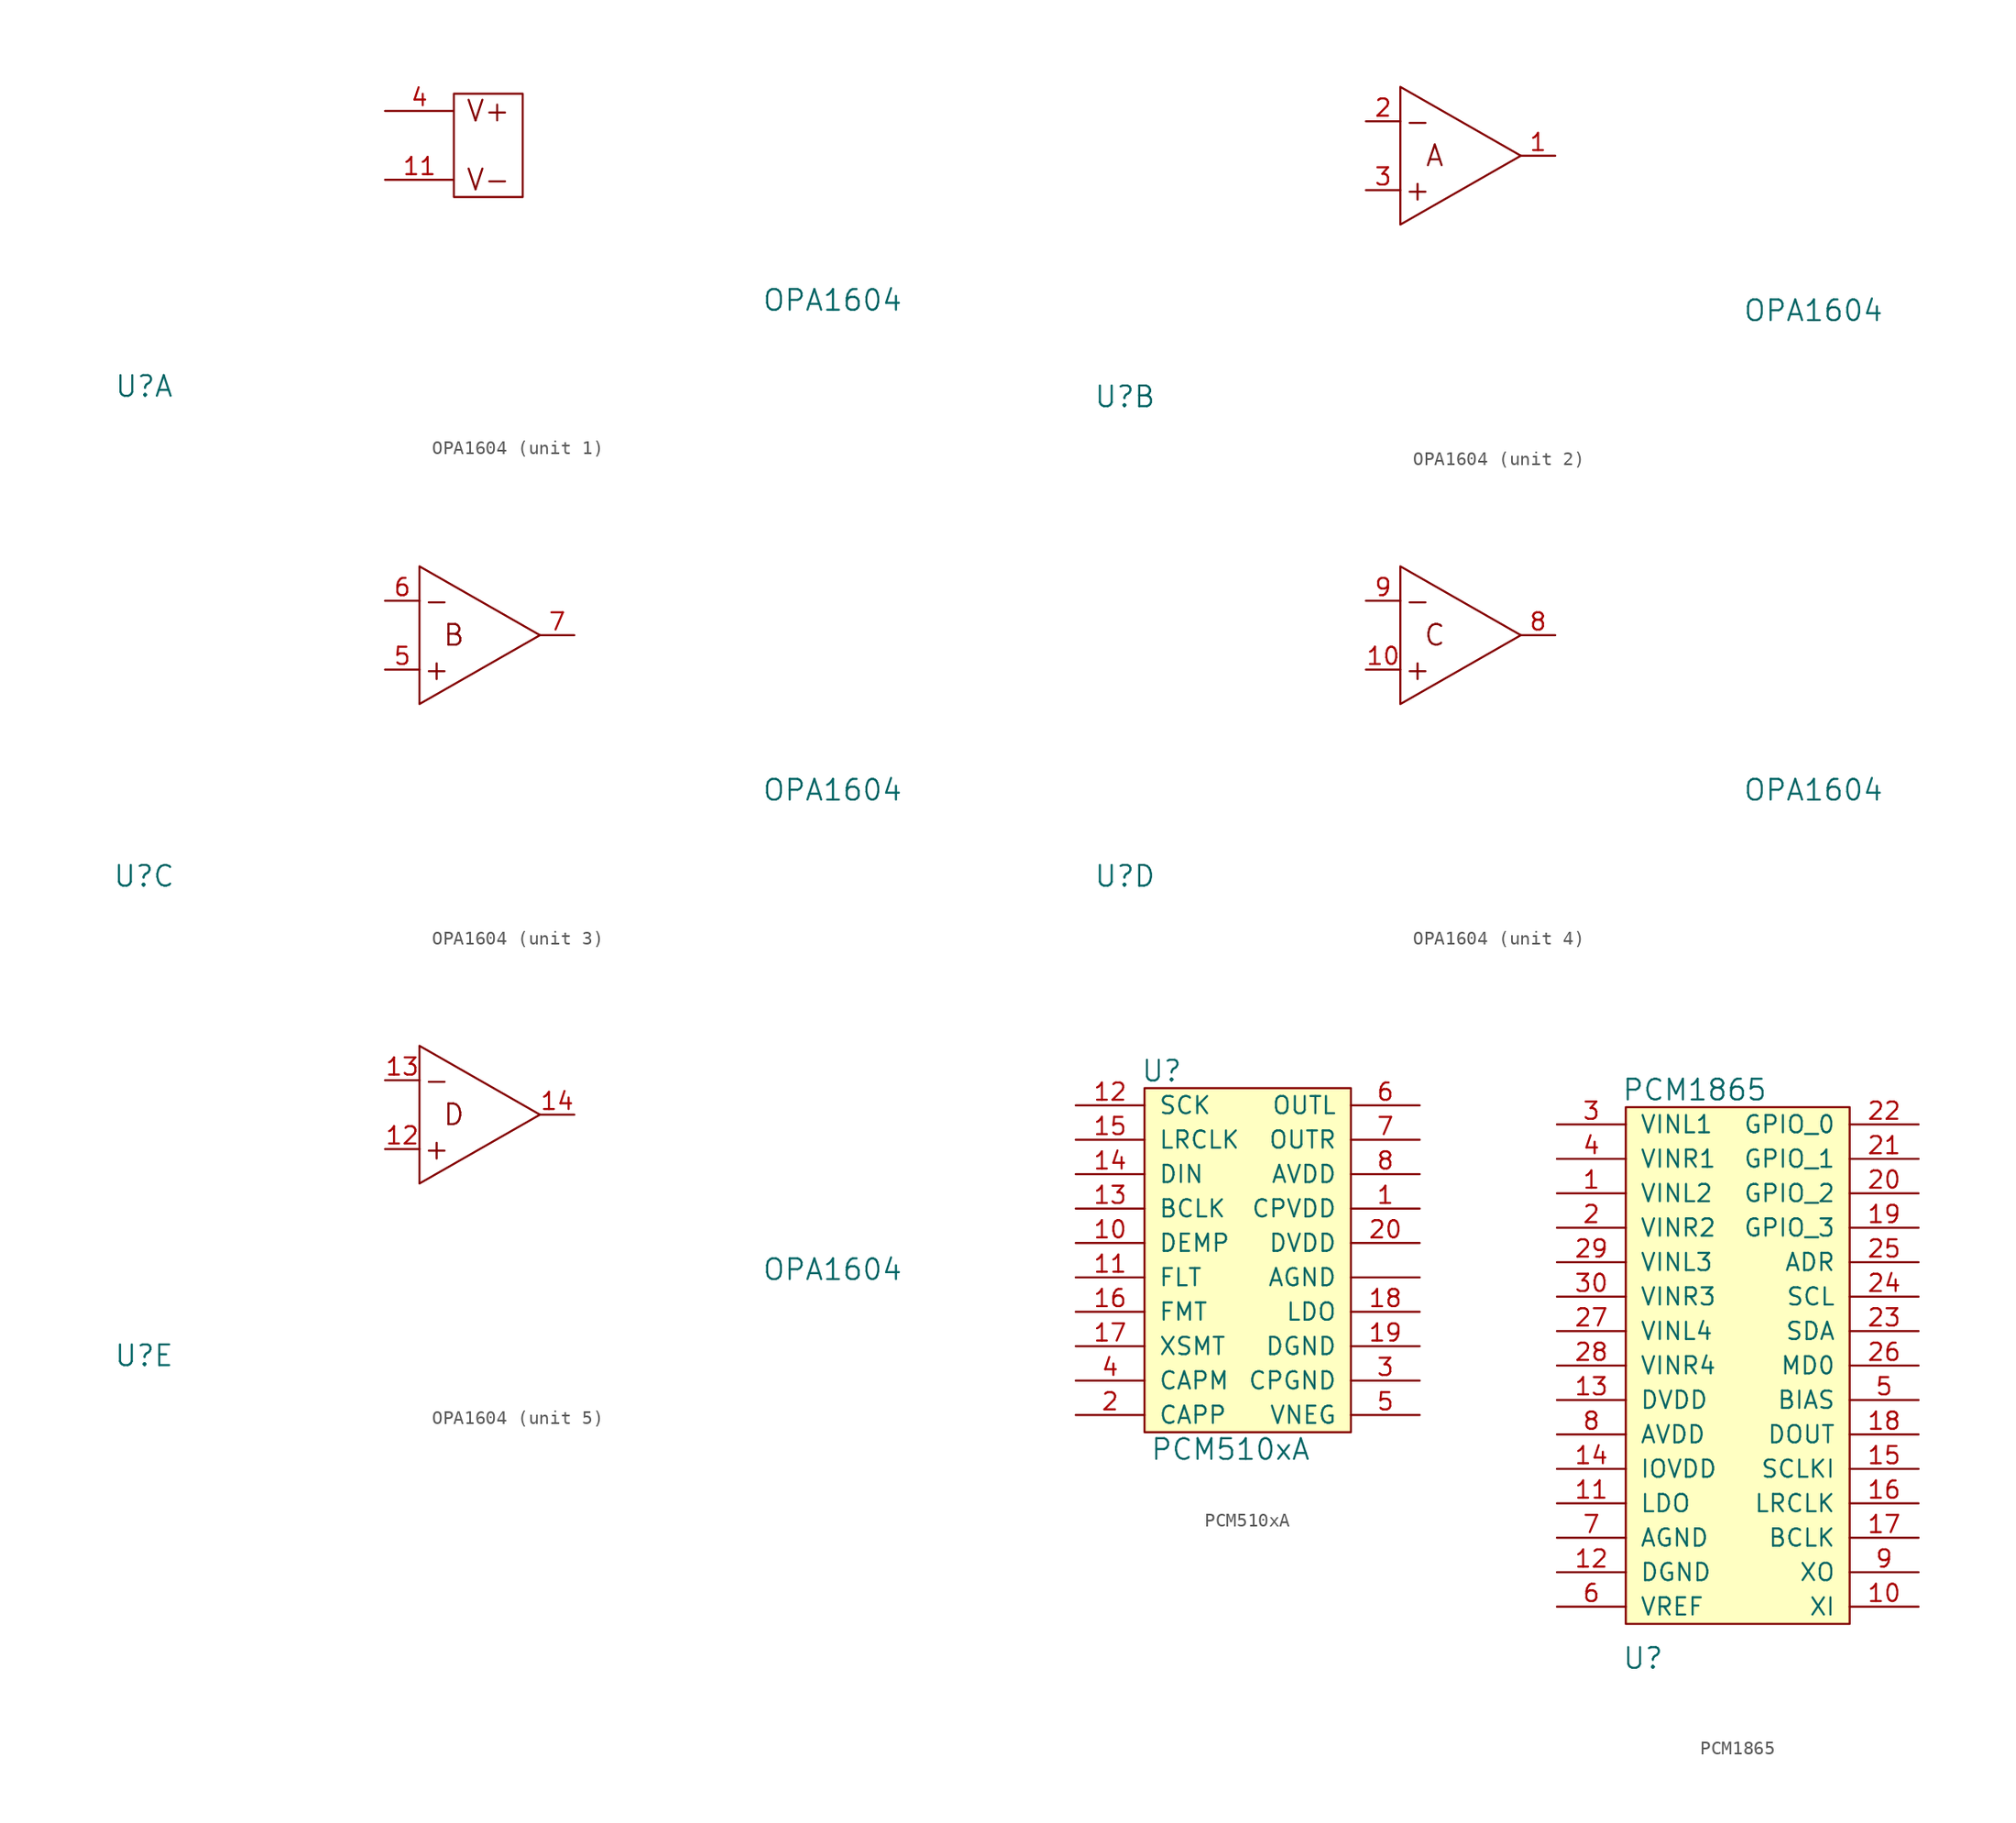
<source format=kicad_sym>
(kicad_symbol_lib
  (version 20241209)
  (generator "kicad_symbol_editor")
  (generator_version "9.0")
  (symbol "OPA1604"
    (pin_names
      (offset 1.016)
      (hide yes))
    (property "Reference" "U"
      (at -22.86 -17.78 0)
      (effects (font (size 1.524 1.524))))
    (property "Value" "OPA1604"
      (at 27.94 -11.43 0)
      (effects (font (size 1.524 1.524))))
    (property "ki_locked" ""
      (at 0 0 0)
      (effects (font (size 1.27 1.27))))
    (symbol "OPA1604_1_0"
      (rectangle (start 0 3.81) (end 5.08 -3.81) (stroke (width 0) (type solid)) (fill (type none)))
      (text "V+" (at 2.54 2.54 0) (effects (font (size 1.524 1.524))))
      (text "V-" (at 2.54 -2.54 0) (effects (font (size 1.524 1.524)))))
    (symbol "OPA1604_1_1"
      (pin power_in line (at -5.08 2.54 0) (length 5.08) (name "V+" (effects (font (size 1.27 1.27)))) (number "4" (effects (font (size 1.27 1.27)))))
      (pin power_in line (at -5.08 -2.54 0) (length 5.08) (name "V-" (effects (font (size 1.27 1.27)))) (number "11" (effects (font (size 1.27 1.27))))))
    (symbol "OPA1604_2_0"
      (text "-" (at -1.27 2.54 0) (effects (font (size 1.524 1.524))))
      (text "+" (at -1.27 -2.54 0) (effects (font (size 1.524 1.524))))
      (text "A" (at 0 0 0) (effects (font (size 1.524 1.524)))))
    (symbol "OPA1604_2_1"
      (polyline (pts (xy -2.54 5.08) (xy -2.54 -5.08) (xy 6.35 0) (xy -2.54 5.08)) (stroke (width 0) (type solid)) (fill (type none)))
      (pin input line (at -5.08 2.54 0) (length 2.54) (name "A-" (effects (font (size 1.27 1.27)))) (number "2" (effects (font (size 1.27 1.27)))))
      (pin input line (at -5.08 -2.54 0) (length 2.54) (name "A+" (effects (font (size 1.27 1.27)))) (number "3" (effects (font (size 1.27 1.27)))))
      (pin output line (at 8.89 0 180) (length 2.54) (name "A" (effects (font (size 1.27 1.27)))) (number "1" (effects (font (size 1.27 1.27))))))
    (symbol "OPA1604_3_0"
      (text "-" (at -1.27 2.54 0) (effects (font (size 1.524 1.524))))
      (text "+" (at -1.27 -2.54 0) (effects (font (size 1.524 1.524))))
      (text "B" (at 0 0 0) (effects (font (size 1.524 1.524)))))
    (symbol "OPA1604_3_1"
      (polyline (pts (xy -2.54 5.08) (xy -2.54 -5.08) (xy 6.35 0) (xy -2.54 5.08)) (stroke (width 0) (type solid)) (fill (type none)))
      (pin input line (at -5.08 2.54 0) (length 2.54) (name "B-" (effects (font (size 1.27 1.27)))) (number "6" (effects (font (size 1.27 1.27)))))
      (pin input line (at -5.08 -2.54 0) (length 2.54) (name "B+" (effects (font (size 1.27 1.27)))) (number "5" (effects (font (size 1.27 1.27)))))
      (pin output line (at 8.89 0 180) (length 2.54) (name "B" (effects (font (size 1.27 1.27)))) (number "7" (effects (font (size 1.27 1.27))))))
    (symbol "OPA1604_4_0"
      (text "-" (at -1.27 2.54 0) (effects (font (size 1.524 1.524))))
      (text "+" (at -1.27 -2.54 0) (effects (font (size 1.524 1.524))))
      (text "C" (at 0 0 0) (effects (font (size 1.524 1.524)))))
    (symbol "OPA1604_4_1"
      (polyline (pts (xy -2.54 5.08) (xy -2.54 -5.08) (xy 6.35 0) (xy -2.54 5.08)) (stroke (width 0) (type solid)) (fill (type none)))
      (pin input line (at -5.08 2.54 0) (length 2.54) (name "C-" (effects (font (size 1.27 1.27)))) (number "9" (effects (font (size 1.27 1.27)))))
      (pin input line (at -5.08 -2.54 0) (length 2.54) (name "C+" (effects (font (size 1.27 1.27)))) (number "10" (effects (font (size 1.27 1.27)))))
      (pin output line (at 8.89 0 180) (length 2.54) (name "C" (effects (font (size 1.27 1.27)))) (number "8" (effects (font (size 1.27 1.27))))))
    (symbol "OPA1604_5_0"
      (text "-" (at -1.27 2.54 0) (effects (font (size 1.524 1.524))))
      (text "+" (at -1.27 -2.54 0) (effects (font (size 1.524 1.524))))
      (text "D" (at 0 0 0) (effects (font (size 1.524 1.524)))))
    (symbol "OPA1604_5_1"
      (polyline (pts (xy -2.54 5.08) (xy -2.54 -5.08) (xy 6.35 0) (xy -2.54 5.08)) (stroke (width 0) (type solid)) (fill (type none)))
      (pin input line (at -5.08 2.54 0) (length 2.54) (name "D-" (effects (font (size 1.27 1.27)))) (number "13" (effects (font (size 1.27 1.27)))))
      (pin input line (at -5.08 -2.54 0) (length 2.54) (name "D+" (effects (font (size 1.27 1.27)))) (number "12" (effects (font (size 1.27 1.27)))))
      (pin output line (at 8.89 0 180) (length 2.54) (name "D" (effects (font (size 1.27 1.27)))) (number "14" (effects (font (size 1.27 1.27)))))))
  (symbol "PCM510xA"
    (pin_names
      (offset 1.016))
    (property "Reference" "U"
      (at -6.35 13.97 0)
      (effects (font (size 1.524 1.524))))
    (property "Value" "PCM510xA"
      (at -1.27 -13.97 0)
      (effects (font (size 1.524 1.524))))
    (symbol "PCM510xA_0_1"
      (rectangle (start -7.62 12.7) (end 7.62 -12.7) (stroke (width 0) (type solid)) (fill (type background))))
    (symbol "PCM510xA_1_1"
      (pin input line (at -12.7 11.43 0) (length 5.08) (name "SCK" (effects (font (size 1.27 1.27)))) (number "12" (effects (font (size 1.27 1.27)))))
      (pin input line (at -12.7 8.89 0) (length 5.08) (name "LRCLK" (effects (font (size 1.27 1.27)))) (number "15" (effects (font (size 1.27 1.27)))))
      (pin input line (at -12.7 6.35 0) (length 5.08) (name "DIN" (effects (font (size 1.27 1.27)))) (number "14" (effects (font (size 1.27 1.27)))))
      (pin input line (at -12.7 3.81 0) (length 5.08) (name "BCLK" (effects (font (size 1.27 1.27)))) (number "13" (effects (font (size 1.27 1.27)))))
      (pin input line (at -12.7 1.27 0) (length 5.08) (name "DEMP" (effects (font (size 1.27 1.27)))) (number "10" (effects (font (size 1.27 1.27)))))
      (pin input line (at -12.7 -1.27 0) (length 5.08) (name "FLT" (effects (font (size 1.27 1.27)))) (number "11" (effects (font (size 1.27 1.27)))))
      (pin input line (at -12.7 -3.81 0) (length 5.08) (name "FMT" (effects (font (size 1.27 1.27)))) (number "16" (effects (font (size 1.27 1.27)))))
      (pin input line (at -12.7 -6.35 0) (length 5.08) (name "XSMT" (effects (font (size 1.27 1.27)))) (number "17" (effects (font (size 1.27 1.27)))))
      (pin output line (at -12.7 -8.89 0) (length 5.08) (name "CAPM" (effects (font (size 1.27 1.27)))) (number "4" (effects (font (size 1.27 1.27)))))
      (pin output line (at -12.7 -11.43 0) (length 5.08) (name "CAPP" (effects (font (size 1.27 1.27)))) (number "2" (effects (font (size 1.27 1.27)))))
      (pin output line (at 12.7 11.43 180) (length 5.08) (name "OUTL" (effects (font (size 1.27 1.27)))) (number "6" (effects (font (size 1.27 1.27)))))
      (pin output line (at 12.7 8.89 180) (length 5.08) (name "OUTR" (effects (font (size 1.27 1.27)))) (number "7" (effects (font (size 1.27 1.27)))))
      (pin power_in line (at 12.7 6.35 180) (length 5.08) (name "AVDD" (effects (font (size 1.27 1.27)))) (number "8" (effects (font (size 1.27 1.27)))))
      (pin power_in line (at 12.7 3.81 180) (length 5.08) (name "CPVDD" (effects (font (size 1.27 1.27)))) (number "1" (effects (font (size 1.27 1.27)))))
      (pin power_in line (at 12.7 1.27 180) (length 5.08) (name "DVDD" (effects (font (size 1.27 1.27)))) (number "20" (effects (font (size 1.27 1.27)))))
      (pin power_in line (at 12.7 -1.27 180) (length 5.08) (name "AGND" (effects (font (size 1.27 1.27)))) (number "~" (effects (font (size 1.27 1.27)))))
      (pin power_in line (at 12.7 -3.81 180) (length 5.08) (name "LDO" (effects (font (size 1.27 1.27)))) (number "18" (effects (font (size 1.27 1.27)))))
      (pin power_in line (at 12.7 -6.35 180) (length 5.08) (name "DGND" (effects (font (size 1.27 1.27)))) (number "19" (effects (font (size 1.27 1.27)))))
      (pin power_in line (at 12.7 -8.89 180) (length 5.08) (name "CPGND" (effects (font (size 1.27 1.27)))) (number "3" (effects (font (size 1.27 1.27)))))
      (pin output line (at 12.7 -11.43 180) (length 5.08) (name "VNEG" (effects (font (size 1.27 1.27)))) (number "5" (effects (font (size 1.27 1.27)))))))
  (symbol "PCM1865"
    (pin_names
      (offset 1.016))
    (property "Reference" "U"
      (at -6.35 -20.32 0)
      (effects (font (size 1.524 1.524))))
    (property "Value" "PCM1865"
      (at -2.54 21.59 0)
      (effects (font (size 1.524 1.524))))
    (symbol "PCM1865_0_1"
      (rectangle (start -7.62 20.32) (end 8.89 -17.78) (stroke (width 0) (type solid)) (fill (type background))))
    (symbol "PCM1865_1_1"
      (pin input line (at -12.7 19.05 0) (length 5.08) (name "VINL1" (effects (font (size 1.27 1.27)))) (number "3" (effects (font (size 1.27 1.27)))))
      (pin input line (at -12.7 16.51 0) (length 5.08) (name "VINR1" (effects (font (size 1.27 1.27)))) (number "4" (effects (font (size 1.27 1.27)))))
      (pin input line (at -12.7 13.97 0) (length 5.08) (name "VINL2" (effects (font (size 1.27 1.27)))) (number "1" (effects (font (size 1.27 1.27)))))
      (pin input line (at -12.7 11.43 0) (length 5.08) (name "VINR2" (effects (font (size 1.27 1.27)))) (number "2" (effects (font (size 1.27 1.27)))))
      (pin input line (at -12.7 8.89 0) (length 5.08) (name "VINL3" (effects (font (size 1.27 1.27)))) (number "29" (effects (font (size 1.27 1.27)))))
      (pin input line (at -12.7 6.35 0) (length 5.08) (name "VINR3" (effects (font (size 1.27 1.27)))) (number "30" (effects (font (size 1.27 1.27)))))
      (pin input line (at -12.7 3.81 0) (length 5.08) (name "VINL4" (effects (font (size 1.27 1.27)))) (number "27" (effects (font (size 1.27 1.27)))))
      (pin input line (at -12.7 1.27 0) (length 5.08) (name "VINR4" (effects (font (size 1.27 1.27)))) (number "28" (effects (font (size 1.27 1.27)))))
      (pin power_in line (at -12.7 -1.27 0) (length 5.08) (name "DVDD" (effects (font (size 1.27 1.27)))) (number "13" (effects (font (size 1.27 1.27)))))
      (pin power_in line (at -12.7 -3.81 0) (length 5.08) (name "AVDD" (effects (font (size 1.27 1.27)))) (number "8" (effects (font (size 1.27 1.27)))))
      (pin power_in line (at -12.7 -6.35 0) (length 5.08) (name "IOVDD" (effects (font (size 1.27 1.27)))) (number "14" (effects (font (size 1.27 1.27)))))
      (pin power_out line (at -12.7 -8.89 0) (length 5.08) (name "LDO" (effects (font (size 1.27 1.27)))) (number "11" (effects (font (size 1.27 1.27)))))
      (pin power_in line (at -12.7 -11.43 0) (length 5.08) (name "AGND" (effects (font (size 1.27 1.27)))) (number "7" (effects (font (size 1.27 1.27)))))
      (pin power_in line (at -12.7 -13.97 0) (length 5.08) (name "DGND" (effects (font (size 1.27 1.27)))) (number "12" (effects (font (size 1.27 1.27)))))
      (pin power_in line (at -12.7 -16.51 0) (length 5.08) (name "VREF" (effects (font (size 1.27 1.27)))) (number "6" (effects (font (size 1.27 1.27)))))
      (pin bidirectional line (at 13.97 19.05 180) (length 5.08) (name "GPIO_0" (effects (font (size 1.27 1.27)))) (number "22" (effects (font (size 1.27 1.27)))))
      (pin bidirectional line (at 13.97 16.51 180) (length 5.08) (name "GPIO_1" (effects (font (size 1.27 1.27)))) (number "21" (effects (font (size 1.27 1.27)))))
      (pin bidirectional line (at 13.97 13.97 180) (length 5.08) (name "GPIO_2" (effects (font (size 1.27 1.27)))) (number "20" (effects (font (size 1.27 1.27)))))
      (pin bidirectional line (at 13.97 11.43 180) (length 5.08) (name "GPIO_3" (effects (font (size 1.27 1.27)))) (number "19" (effects (font (size 1.27 1.27)))))
      (pin input line (at 13.97 8.89 180) (length 5.08) (name "ADR" (effects (font (size 1.27 1.27)))) (number "25" (effects (font (size 1.27 1.27)))))
      (pin input line (at 13.97 6.35 180) (length 5.08) (name "SCL" (effects (font (size 1.27 1.27)))) (number "24" (effects (font (size 1.27 1.27)))))
      (pin bidirectional line (at 13.97 3.81 180) (length 5.08) (name "SDA" (effects (font (size 1.27 1.27)))) (number "23" (effects (font (size 1.27 1.27)))))
      (pin input line (at 13.97 1.27 180) (length 5.08) (name "MD0" (effects (font (size 1.27 1.27)))) (number "26" (effects (font (size 1.27 1.27)))))
      (pin power_out line (at 13.97 -1.27 180) (length 5.08) (name "BIAS" (effects (font (size 1.27 1.27)))) (number "5" (effects (font (size 1.27 1.27)))))
      (pin output line (at 13.97 -3.81 180) (length 5.08) (name "DOUT" (effects (font (size 1.27 1.27)))) (number "18" (effects (font (size 1.27 1.27)))))
      (pin input line (at 13.97 -6.35 180) (length 5.08) (name "SCLKI" (effects (font (size 1.27 1.27)))) (number "15" (effects (font (size 1.27 1.27)))))
      (pin bidirectional line (at 13.97 -8.89 180) (length 5.08) (name "LRCLK" (effects (font (size 1.27 1.27)))) (number "16" (effects (font (size 1.27 1.27)))))
      (pin bidirectional line (at 13.97 -11.43 180) (length 5.08) (name "BCLK" (effects (font (size 1.27 1.27)))) (number "17" (effects (font (size 1.27 1.27)))))
      (pin bidirectional line (at 13.97 -13.97 180) (length 5.08) (name "XO" (effects (font (size 1.27 1.27)))) (number "9" (effects (font (size 1.27 1.27)))))
      (pin bidirectional line (at 13.97 -16.51 180) (length 5.08) (name "XI" (effects (font (size 1.27 1.27)))) (number "10" (effects (font (size 1.27 1.27))))))))
</source>
